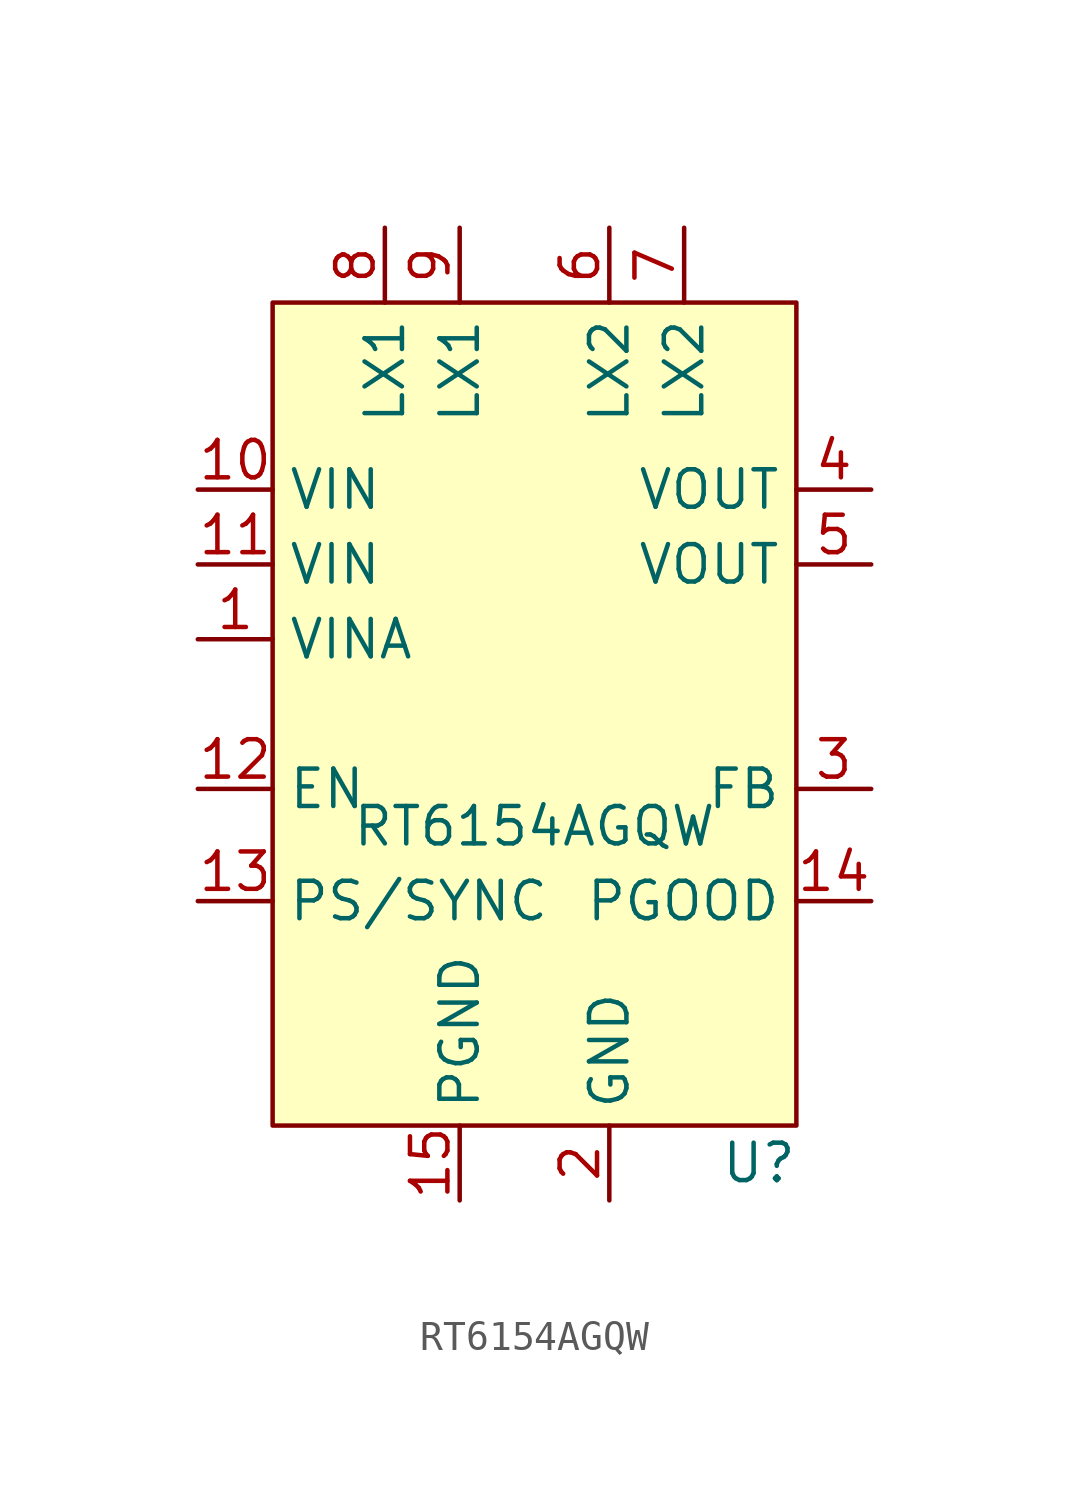
<source format=kicad_sym>
(kicad_symbol_lib
  (version 20211014)
  (generator kicad_symbol_editor)
  (symbol "RT6154AGQW"
    (property "Reference" "U"
      (at 7.62 -15.24 0)
      (effects (font (size 1.27 1.27))))
    (property "Value" "RT6154AGQW"
      (at 0 -3.81 0)
      (effects (font (size 1.27 1.27))))
    (symbol "RT6154AGQW_0_1"
      (rectangle (start -8.89 13.97) (end 8.89 -13.97) (stroke (width 0) (type default) (color 0 0 0 0)) (fill (type background))))
    (symbol "RT6154AGQW_1_1"
      (pin input line (at -11.43 2.54 0) (length 2.54) (name "VINA" (effects (font (size 1.27 1.27)))) (number "1" (effects (font (size 1.27 1.27)))))
      (pin power_in line (at -11.43 7.62 0) (length 2.54) (name "VIN" (effects (font (size 1.27 1.27)))) (number "10" (effects (font (size 1.27 1.27)))))
      (pin power_in line (at -11.43 5.08 0) (length 2.54) (name "VIN" (effects (font (size 1.27 1.27)))) (number "11" (effects (font (size 1.27 1.27)))))
      (pin input line (at -11.43 -2.54 0) (length 2.54) (name "EN" (effects (font (size 1.27 1.27)))) (number "12" (effects (font (size 1.27 1.27)))))
      (pin input line (at -11.43 -6.35 0) (length 2.54) (name "PS/SYNC" (effects (font (size 1.27 1.27)))) (number "13" (effects (font (size 1.27 1.27)))))
      (pin input line (at 11.43 -6.35 180) (length 2.54) (name "PGOOD" (effects (font (size 1.27 1.27)))) (number "14" (effects (font (size 1.27 1.27)))))
      (pin power_in line (at -2.54 -16.51 90) (length 2.54) (name "PGND" (effects (font (size 1.27 1.27)))) (number "15" (effects (font (size 1.27 1.27)))))
      (pin power_in line (at 2.54 -16.51 90) (length 2.54) (name "GND" (effects (font (size 1.27 1.27)))) (number "2" (effects (font (size 1.27 1.27)))))
      (pin input line (at 11.43 -2.54 180) (length 2.54) (name "FB" (effects (font (size 1.27 1.27)))) (number "3" (effects (font (size 1.27 1.27)))))
      (pin power_out line (at 11.43 7.62 180) (length 2.54) (name "VOUT" (effects (font (size 1.27 1.27)))) (number "4" (effects (font (size 1.27 1.27)))))
      (pin power_out line (at 11.43 5.08 180) (length 2.54) (name "VOUT" (effects (font (size 1.27 1.27)))) (number "5" (effects (font (size 1.27 1.27)))))
      (pin input line (at 2.54 16.51 270) (length 2.54) (name "LX2" (effects (font (size 1.27 1.27)))) (number "6" (effects (font (size 1.27 1.27)))))
      (pin input line (at 5.08 16.51 270) (length 2.54) (name "LX2" (effects (font (size 1.27 1.27)))) (number "7" (effects (font (size 1.27 1.27)))))
      (pin input line (at -5.08 16.51 270) (length 2.54) (name "LX1" (effects (font (size 1.27 1.27)))) (number "8" (effects (font (size 1.27 1.27)))))
      (pin input line (at -2.54 16.51 270) (length 2.54) (name "LX1" (effects (font (size 1.27 1.27)))) (number "9" (effects (font (size 1.27 1.27))))))))
</source>
